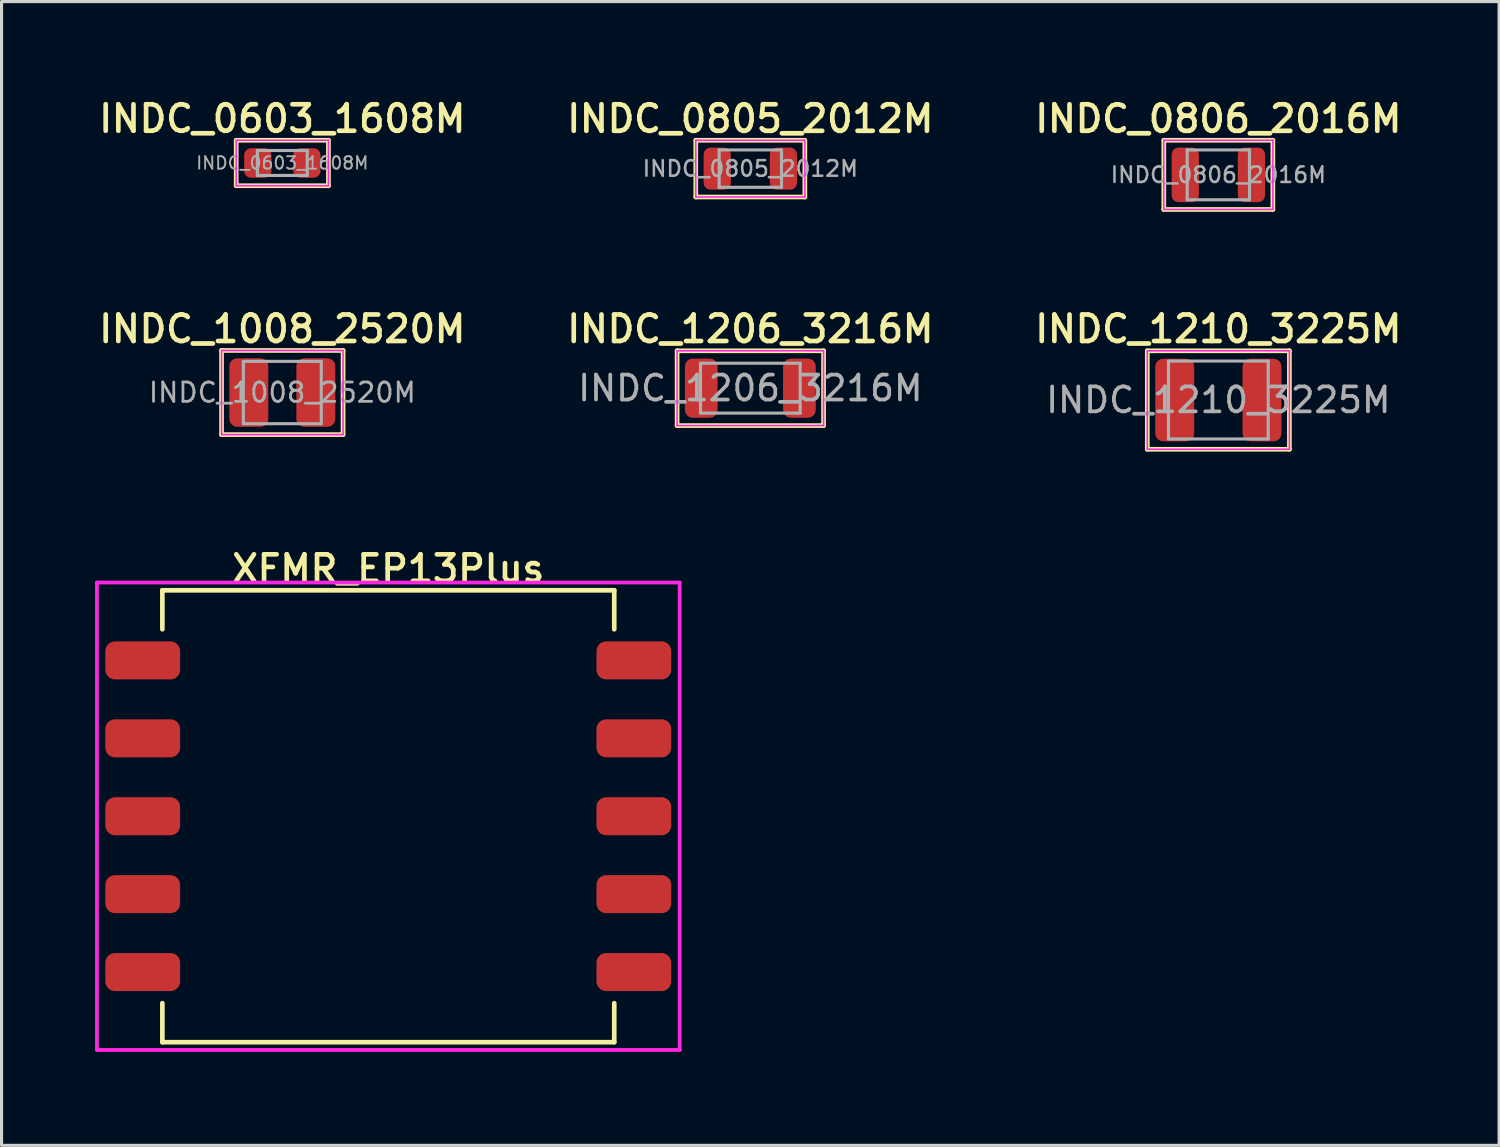
<source format=kicad_pcb>
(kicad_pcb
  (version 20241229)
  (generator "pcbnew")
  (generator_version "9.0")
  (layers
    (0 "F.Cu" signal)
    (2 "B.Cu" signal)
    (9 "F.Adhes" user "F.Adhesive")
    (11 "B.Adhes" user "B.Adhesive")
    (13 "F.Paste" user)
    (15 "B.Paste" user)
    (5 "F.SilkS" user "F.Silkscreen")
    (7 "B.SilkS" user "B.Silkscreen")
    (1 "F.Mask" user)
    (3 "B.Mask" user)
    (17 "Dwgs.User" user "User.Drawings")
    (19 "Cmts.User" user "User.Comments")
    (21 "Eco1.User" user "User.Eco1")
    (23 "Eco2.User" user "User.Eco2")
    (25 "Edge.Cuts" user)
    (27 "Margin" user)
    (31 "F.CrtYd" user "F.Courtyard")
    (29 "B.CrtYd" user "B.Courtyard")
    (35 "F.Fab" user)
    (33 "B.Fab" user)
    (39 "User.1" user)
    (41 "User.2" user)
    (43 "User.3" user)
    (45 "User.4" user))
  (footprint "INDC_0806_2016M"
    (layer "F.Cu")
    (at 36.045 2.561)
    (property "Reference" "INDC_0806_2016M" (at 0 -1.8 0) (layer "F.SilkS") (effects (font (size 0.85 0.85) (thickness 0.15))))
    (attr smd)
    (fp_line (start -1.75 -1.11) (end 1.75 -1.11) (stroke (width 0.15) (type solid)) (layer "F.SilkS"))
    (fp_line (start -1.75 1.11) (end -1.75 -1.11) (stroke (width 0.15) (type solid)) (layer "F.SilkS"))
    (fp_line (start 1.75 -1.11) (end 1.75 1.11) (stroke (width 0.15) (type solid)) (layer "F.SilkS"))
    (fp_line (start 1.75 1.11) (end -1.75 1.11) (stroke (width 0.15) (type solid)) (layer "F.SilkS"))
    (fp_line (start -1.75 -1.11) (end 1.75 -1.11) (stroke (width 0.05) (type solid)) (layer "F.CrtYd"))
    (fp_line (start -1.75 1.11) (end -1.75 -1.11) (stroke (width 0.05) (type solid)) (layer "F.CrtYd"))
    (fp_line (start 1.75 -1.11) (end 1.75 1.11) (stroke (width 0.05) (type solid)) (layer "F.CrtYd"))
    (fp_line (start 1.75 1.11) (end -1.75 1.11) (stroke (width 0.05) (type solid)) (layer "F.CrtYd"))
    (fp_line (start -1 -0.8) (end 1 -0.8) (stroke (width 0.1) (type solid)) (layer "F.Fab"))
    (fp_line (start -1 0.8) (end -1 -0.8) (stroke (width 0.1) (type solid)) (layer "F.Fab"))
    (fp_line (start 1 -0.8) (end 1 0.8) (stroke (width 0.1) (type solid)) (layer "F.Fab"))
    (fp_line (start 1 0.8) (end -1 0.8) (stroke (width 0.1) (type solid)) (layer "F.Fab"))
    (fp_text user "${REFERENCE}" (at 0 0 0) (layer "F.Fab") (effects (font (size 0.5 0.5) (thickness 0.08))))
    (pad "1" smd roundrect (at -1.062 0) (size 0.875 1.75) (layers "F.Cu" "F.Mask" "F.Paste") (roundrect_rratio 0.25))
    (pad "2" smd roundrect (at 1.062 0) (size 0.875 1.75) (layers "F.Cu" "F.Mask" "F.Paste") (roundrect_rratio 0.25)))
  (footprint "INDC_1008_2520M"
    (layer "F.Cu")
    (at 6.009 9.546)
    (property "Reference" "INDC_1008_2520M" (at 0 -2.04 0) (layer "F.SilkS") (effects (font (size 0.85 0.85) (thickness 0.15))))
    (attr smd)
    (fp_line (start -1.95 -1.35) (end 1.95 -1.35) (stroke (width 0.15) (type solid)) (layer "F.SilkS"))
    (fp_line (start -1.95 1.35) (end -1.95 -1.35) (stroke (width 0.15) (type solid)) (layer "F.SilkS"))
    (fp_line (start 1.95 -1.35) (end 1.95 1.35) (stroke (width 0.15) (type solid)) (layer "F.SilkS"))
    (fp_line (start 1.95 1.35) (end -1.95 1.35) (stroke (width 0.15) (type solid)) (layer "F.SilkS"))
    (fp_line (start -1.95 -1.35) (end 1.95 -1.35) (stroke (width 0.05) (type solid)) (layer "F.CrtYd"))
    (fp_line (start -1.95 1.35) (end -1.95 -1.35) (stroke (width 0.05) (type solid)) (layer "F.CrtYd"))
    (fp_line (start 1.95 -1.35) (end 1.95 1.35) (stroke (width 0.05) (type solid)) (layer "F.CrtYd"))
    (fp_line (start 1.95 1.35) (end -1.95 1.35) (stroke (width 0.05) (type solid)) (layer "F.CrtYd"))
    (fp_line (start -1.25 -1) (end 1.25 -1) (stroke (width 0.1) (type solid)) (layer "F.Fab"))
    (fp_line (start -1.25 1) (end -1.25 -1) (stroke (width 0.1) (type solid)) (layer "F.Fab"))
    (fp_line (start 1.25 -1) (end 1.25 1) (stroke (width 0.1) (type solid)) (layer "F.Fab"))
    (fp_line (start 1.25 1) (end -1.25 1) (stroke (width 0.1) (type solid)) (layer "F.Fab"))
    (fp_text user "${REFERENCE}" (at 0 0 0) (layer "F.Fab") (effects (font (size 0.62 0.62) (thickness 0.09))))
    (pad "1" smd roundrect (at -1.075 0) (size 1.25 2.2) (layers "F.Cu" "F.Mask" "F.Paste") (roundrect_rratio 0.2))
    (pad "2" smd roundrect (at 1.075 0) (size 1.25 2.2) (layers "F.Cu" "F.Mask" "F.Paste") (roundrect_rratio 0.2)))
  (footprint "INDC_0603_1608M"
    (layer "F.Cu")
    (at 6.009 2.18)
    (property "Reference" "INDC_0603_1608M" (at 0 -1.42 0) (layer "F.SilkS") (effects (font (size 0.85 0.85) (thickness 0.15))))
    (attr smd)
    (fp_line (start -1.48 -0.73) (end 1.48 -0.73) (stroke (width 0.15) (type solid)) (layer "F.SilkS"))
    (fp_line (start -1.48 0.73) (end -1.48 -0.73) (stroke (width 0.15) (type solid)) (layer "F.SilkS"))
    (fp_line (start 1.48 -0.73) (end 1.48 0.73) (stroke (width 0.15) (type solid)) (layer "F.SilkS"))
    (fp_line (start 1.48 0.73) (end -1.48 0.73) (stroke (width 0.15) (type solid)) (layer "F.SilkS"))
    (fp_line (start -1.48 -0.73) (end 1.48 -0.73) (stroke (width 0.05) (type solid)) (layer "F.CrtYd"))
    (fp_line (start -1.48 0.73) (end -1.48 -0.73) (stroke (width 0.05) (type solid)) (layer "F.CrtYd"))
    (fp_line (start 1.48 -0.73) (end 1.48 0.73) (stroke (width 0.05) (type solid)) (layer "F.CrtYd"))
    (fp_line (start 1.48 0.73) (end -1.48 0.73) (stroke (width 0.05) (type solid)) (layer "F.CrtYd"))
    (fp_line (start -0.8 -0.4) (end 0.8 -0.4) (stroke (width 0.1) (type solid)) (layer "F.Fab"))
    (fp_line (start -0.8 0.4) (end -0.8 -0.4) (stroke (width 0.1) (type solid)) (layer "F.Fab"))
    (fp_line (start 0.8 -0.4) (end 0.8 0.4) (stroke (width 0.1) (type solid)) (layer "F.Fab"))
    (fp_line (start 0.8 0.4) (end -0.8 0.4) (stroke (width 0.1) (type solid)) (layer "F.Fab"))
    (fp_text user "${REFERENCE}" (at 0 0 0) (layer "F.Fab") (effects (font (size 0.4 0.4) (thickness 0.06))))
    (pad "1" smd roundrect (at -0.787 0) (size 0.875 0.95) (layers "F.Cu" "F.Mask" "F.Paste") (roundrect_rratio 0.25))
    (pad "2" smd roundrect (at 0.787 0) (size 0.875 0.95) (layers "F.Cu" "F.Mask" "F.Paste") (roundrect_rratio 0.25)))
  (footprint "INDC_0805_2012M"
    (layer "F.Cu")
    (at 21.027 2.361)
    (property "Reference" "INDC_0805_2012M" (at 0 -1.6 0) (layer "F.SilkS") (effects (font (size 0.85 0.85) (thickness 0.15))))
    (attr smd)
    (fp_line (start -1.75 -0.91) (end 1.74 -0.91) (stroke (width 0.15) (type solid)) (layer "F.SilkS"))
    (fp_line (start -1.75 0.91) (end -1.75 -0.91) (stroke (width 0.15) (type solid)) (layer "F.SilkS"))
    (fp_line (start 1.75 -0.91) (end 1.75 0.91) (stroke (width 0.15) (type solid)) (layer "F.SilkS"))
    (fp_line (start 1.75 0.91) (end -1.75 0.91) (stroke (width 0.15) (type solid)) (layer "F.SilkS"))
    (fp_line (start -1.75 -0.91) (end 1.75 -0.91) (stroke (width 0.05) (type solid)) (layer "F.CrtYd"))
    (fp_line (start -1.75 0.91) (end -1.75 -0.91) (stroke (width 0.05) (type solid)) (layer "F.CrtYd"))
    (fp_line (start 1.75 -0.91) (end 1.75 0.91) (stroke (width 0.05) (type solid)) (layer "F.CrtYd"))
    (fp_line (start 1.75 0.91) (end -1.75 0.91) (stroke (width 0.05) (type solid)) (layer "F.CrtYd"))
    (fp_line (start -1 -0.6) (end 1 -0.6) (stroke (width 0.1) (type solid)) (layer "F.Fab"))
    (fp_line (start -1 0.6) (end -1 -0.6) (stroke (width 0.1) (type solid)) (layer "F.Fab"))
    (fp_line (start 1 -0.6) (end 1 0.6) (stroke (width 0.1) (type solid)) (layer "F.Fab"))
    (fp_line (start 1 0.6) (end -1 0.6) (stroke (width 0.1) (type solid)) (layer "F.Fab"))
    (fp_text user "${REFERENCE}" (at 0 0 0) (layer "F.Fab") (effects (font (size 0.5 0.5) (thickness 0.08))))
    (pad "1" smd roundrect (at -1.062 0) (size 0.875 1.35) (layers "F.Cu" "F.Mask" "F.Paste") (roundrect_rratio 0.25))
    (pad "2" smd roundrect (at 1.062 0) (size 0.875 1.35) (layers "F.Cu" "F.Mask" "F.Paste") (roundrect_rratio 0.25)))
  (footprint "INDC_1210_3225M"
    (layer "F.Cu")
    (at 36.045 9.786)
    (property "Reference" "INDC_1210_3225M" (at 0 -2.28 0) (layer "F.SilkS") (effects (font (size 0.85 0.85) (thickness 0.15))))
    (attr smd)
    (fp_line (start -2.28 -1.58) (end 2.28 -1.58) (stroke (width 0.15) (type solid)) (layer "F.SilkS"))
    (fp_line (start -2.28 1.58) (end -2.28 -1.58) (stroke (width 0.15) (type solid)) (layer "F.SilkS"))
    (fp_line (start 2.28 -1.58) (end 2.28 1.58) (stroke (width 0.15) (type solid)) (layer "F.SilkS"))
    (fp_line (start 2.28 1.58) (end -2.28 1.58) (stroke (width 0.15) (type solid)) (layer "F.SilkS"))
    (fp_line (start -2.28 -1.58) (end 2.28 -1.58) (stroke (width 0.05) (type solid)) (layer "F.CrtYd"))
    (fp_line (start -2.28 1.58) (end -2.28 -1.58) (stroke (width 0.05) (type solid)) (layer "F.CrtYd"))
    (fp_line (start 2.28 -1.58) (end 2.28 1.58) (stroke (width 0.05) (type solid)) (layer "F.CrtYd"))
    (fp_line (start 2.28 1.58) (end -2.28 1.58) (stroke (width 0.05) (type solid)) (layer "F.CrtYd"))
    (fp_line (start -1.6 -1.25) (end 1.6 -1.25) (stroke (width 0.1) (type solid)) (layer "F.Fab"))
    (fp_line (start -1.6 1.25) (end -1.6 -1.25) (stroke (width 0.1) (type solid)) (layer "F.Fab"))
    (fp_line (start 1.6 -1.25) (end 1.6 1.25) (stroke (width 0.1) (type solid)) (layer "F.Fab"))
    (fp_line (start 1.6 1.25) (end -1.6 1.25) (stroke (width 0.1) (type solid)) (layer "F.Fab"))
    (fp_text user "${REFERENCE}" (at 0 0 0) (layer "F.Fab") (effects (font (size 0.8 0.8) (thickness 0.12))))
    (pad "1" smd roundrect (at -1.4 0) (size 1.25 2.65) (layers "F.Cu" "F.Mask" "F.Paste") (roundrect_rratio 0.2))
    (pad "2" smd roundrect (at 1.4 0) (size 1.25 2.65) (layers "F.Cu" "F.Mask" "F.Paste") (roundrect_rratio 0.2)))
  (footprint "INDC_1206_3216M"
    (layer "F.Cu")
    (at 21.027 9.406)
    (property "Reference" "INDC_1206_3216M" (at 0 -1.9 0) (layer "F.SilkS") (effects (font (size 0.85 0.85) (thickness 0.15))))
    (attr smd)
    (fp_line (start -2.35 -1.2) (end 2.35 -1.2) (stroke (width 0.15) (type solid)) (layer "F.SilkS"))
    (fp_line (start -2.35 1.2) (end -2.35 -1.2) (stroke (width 0.15) (type solid)) (layer "F.SilkS"))
    (fp_line (start 2.35 -1.2) (end 2.35 1.2) (stroke (width 0.15) (type solid)) (layer "F.SilkS"))
    (fp_line (start 2.35 1.2) (end -2.35 1.2) (stroke (width 0.15) (type solid)) (layer "F.SilkS"))
    (fp_line (start -2.35 -1.2) (end 2.35 -1.2) (stroke (width 0.05) (type solid)) (layer "F.CrtYd"))
    (fp_line (start -2.35 1.2) (end -2.35 -1.2) (stroke (width 0.05) (type solid)) (layer "F.CrtYd"))
    (fp_line (start 2.35 -1.2) (end 2.35 1.2) (stroke (width 0.05) (type solid)) (layer "F.CrtYd"))
    (fp_line (start 2.35 1.2) (end -2.35 1.2) (stroke (width 0.05) (type solid)) (layer "F.CrtYd"))
    (fp_line (start -1.6 -0.8) (end 1.6 -0.8) (stroke (width 0.1) (type solid)) (layer "F.Fab"))
    (fp_line (start -1.6 0.8) (end -1.6 -0.8) (stroke (width 0.1) (type solid)) (layer "F.Fab"))
    (fp_line (start 1.6 -0.8) (end 1.6 0.8) (stroke (width 0.1) (type solid)) (layer "F.Fab"))
    (fp_line (start 1.6 0.8) (end -1.6 0.8) (stroke (width 0.1) (type solid)) (layer "F.Fab"))
    (fp_text user "${REFERENCE}" (at 0 0 0) (layer "F.Fab") (effects (font (size 0.8 0.8) (thickness 0.12))))
    (pad "1" smd roundrect (at -1.575 0) (size 1.05 1.9) (layers "F.Cu" "F.Mask" "F.Paste") (roundrect_rratio 0.238))
    (pad "2" smd roundrect (at 1.575 0) (size 1.05 1.9) (layers "F.Cu" "F.Mask" "F.Paste") (roundrect_rratio 0.238)))
  (footprint "XFMR_EP13Plus"
    (layer "F.Cu")
    (at 9.41 23.142)
    (property "Reference" "XFMR_EP13Plus" (at 0 -7.94 0) (layer "F.SilkS") (effects (font (size 0.85 0.85) (thickness 0.15))))
    (attr through_hole)
    (fp_line (start -7.25 -7.25) (end -7.25 -6) (stroke (width 0.15) (type solid)) (layer "F.SilkS"))
    (fp_line (start -7.25 -7.25) (end 7.25 -7.25) (stroke (width 0.15) (type solid)) (layer "F.SilkS"))
    (fp_line (start -7.25 7.25) (end -7.25 6) (stroke (width 0.15) (type solid)) (layer "F.SilkS"))
    (fp_line (start 7.25 -7.25) (end 7.25 -6) (stroke (width 0.15) (type solid)) (layer "F.SilkS"))
    (fp_line (start 7.25 7.25) (end -7.25 7.25) (stroke (width 0.15) (type solid)) (layer "F.SilkS"))
    (fp_line (start 7.25 7.25) (end 7.25 6) (stroke (width 0.15) (type solid)) (layer "F.SilkS"))
    (fp_line (start -9.35 -7.5) (end 9.35 -7.5) (stroke (width 0.12) (type solid)) (layer "F.CrtYd"))
    (fp_line (start -9.35 7.5) (end -9.35 -7.5) (stroke (width 0.12) (type solid)) (layer "F.CrtYd"))
    (fp_line (start 9.35 -7.5) (end 9.35 7.5) (stroke (width 0.12) (type solid)) (layer "F.CrtYd"))
    (fp_line (start 9.35 7.5) (end -9.35 7.5) (stroke (width 0.12) (type solid)) (layer "F.CrtYd"))
    (pad "1" smd roundrect (at 7.88 -5) (size 2.4 1.22) (layers "F.Cu" "F.Mask" "F.Paste") (roundrect_rratio 0.25))
    (pad "2" smd roundrect (at 7.88 -2.5) (size 2.4 1.22) (layers "F.Cu" "F.Mask" "F.Paste") (roundrect_rratio 0.25))
    (pad "3" smd roundrect (at 7.88 0) (size 2.4 1.22) (layers "F.Cu" "F.Mask" "F.Paste") (roundrect_rratio 0.25))
    (pad "4" smd roundrect (at 7.88 2.5) (size 2.4 1.22) (layers "F.Cu" "F.Mask" "F.Paste") (roundrect_rratio 0.25))
    (pad "5" smd roundrect (at 7.88 5) (size 2.4 1.22) (layers "F.Cu" "F.Mask" "F.Paste") (roundrect_rratio 0.25))
    (pad "6" smd roundrect (at -7.88 5) (size 2.4 1.22) (layers "F.Cu" "F.Mask" "F.Paste") (roundrect_rratio 0.25))
    (pad "7" smd roundrect (at -7.88 2.5) (size 2.4 1.22) (layers "F.Cu" "F.Mask" "F.Paste") (roundrect_rratio 0.25))
    (pad "8" smd roundrect (at -7.88 0) (size 2.4 1.22) (layers "F.Cu" "F.Mask" "F.Paste") (roundrect_rratio 0.25))
    (pad "9" smd roundrect (at -7.88 -2.5) (size 2.4 1.22) (layers "F.Cu" "F.Mask" "F.Paste") (roundrect_rratio 0.25))
    (pad "10" smd roundrect (at -7.88 -5) (size 2.4 1.22) (layers "F.Cu" "F.Mask" "F.Paste") (roundrect_rratio 0.25)))
  (gr_rect
    (start -3 -3)
    (end 45.054 33.702)
    (stroke (width 0.1) (type default))
    (fill no)
    (layer "Edge.Cuts")))
</source>
